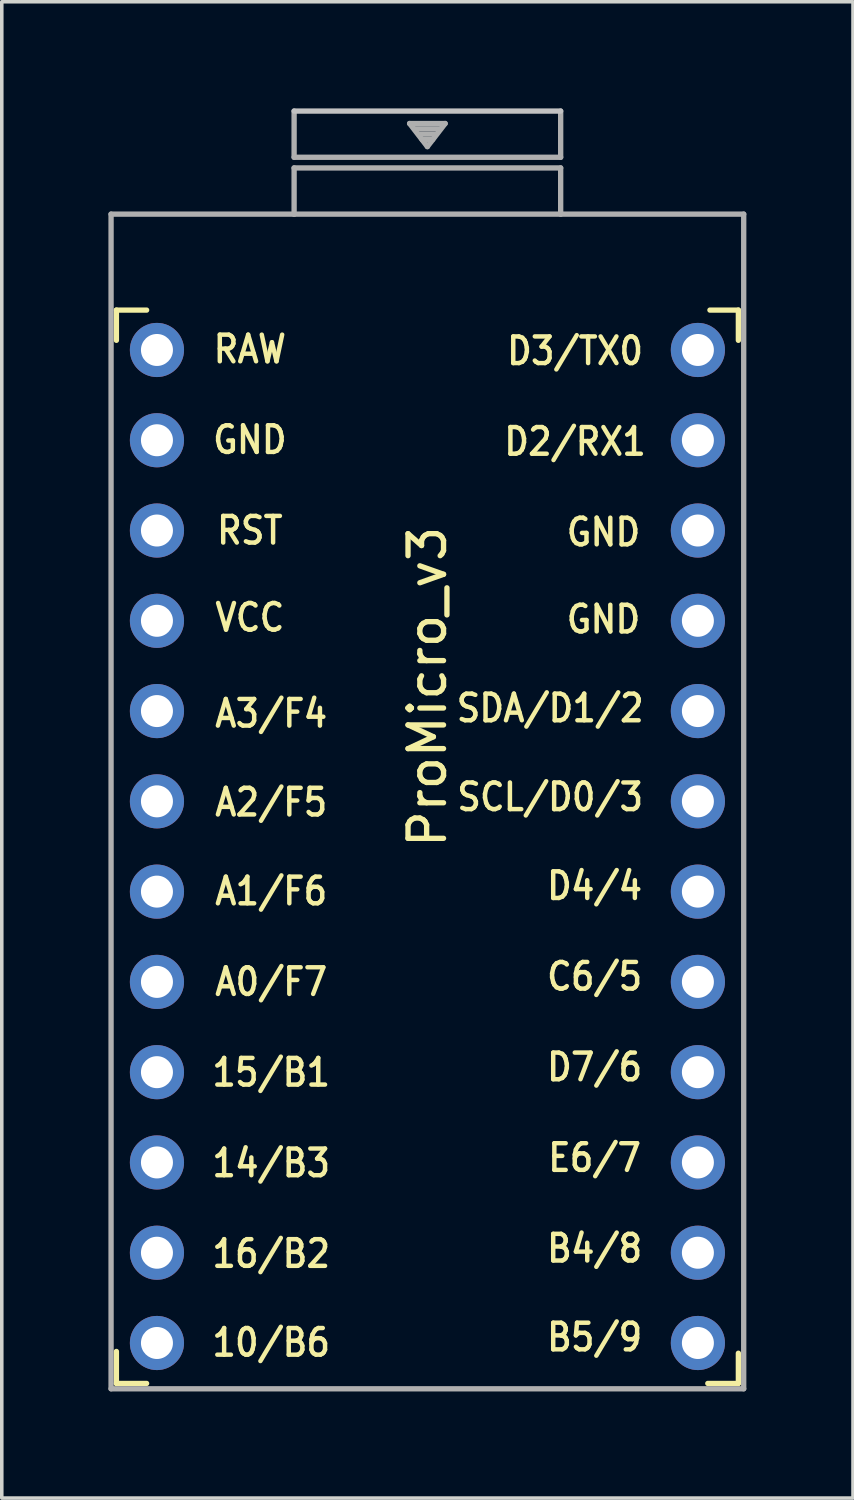
<source format=kicad_pcb>
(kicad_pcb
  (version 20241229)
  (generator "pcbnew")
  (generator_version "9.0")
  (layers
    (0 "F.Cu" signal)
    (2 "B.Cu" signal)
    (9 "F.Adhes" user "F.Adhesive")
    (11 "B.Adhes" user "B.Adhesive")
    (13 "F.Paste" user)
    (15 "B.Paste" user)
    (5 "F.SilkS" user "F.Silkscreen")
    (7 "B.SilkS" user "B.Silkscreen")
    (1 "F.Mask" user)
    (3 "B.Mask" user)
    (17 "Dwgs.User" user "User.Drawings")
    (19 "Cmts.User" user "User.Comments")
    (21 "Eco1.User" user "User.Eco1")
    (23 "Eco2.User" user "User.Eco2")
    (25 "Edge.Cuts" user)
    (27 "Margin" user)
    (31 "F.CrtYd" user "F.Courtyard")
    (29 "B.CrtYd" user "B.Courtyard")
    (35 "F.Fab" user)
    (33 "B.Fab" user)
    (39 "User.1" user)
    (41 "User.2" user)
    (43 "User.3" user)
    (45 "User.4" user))
  (footprint "ProMicro_v3"
    (layer "F.Cu")
    (at 8.975 21.275)
    (property "Reference" "ProMicro_v3" (at 0 -5 270) (layer "F.SilkS") (effects (font (size 1 1) (thickness 0.15))))
    (attr through_hole)
    (fp_line (start -8.75 -15.6) (end -8.75 -14.75) (stroke (width 0.15) (type solid)) (layer "F.SilkS"))
    (fp_line (start -8.75 -15.6) (end -7.9 -15.6) (stroke (width 0.15) (type solid)) (layer "F.SilkS"))
    (fp_line (start -8.75 13.7) (end -8.75 14.6) (stroke (width 0.15) (type solid)) (layer "F.SilkS"))
    (fp_line (start -8.75 14.6) (end -7.9 14.6) (stroke (width 0.15) (type solid)) (layer "F.SilkS"))
    (fp_line (start 8.75 -15.6) (end 7.95 -15.6) (stroke (width 0.15) (type solid)) (layer "F.SilkS"))
    (fp_line (start 8.75 -15.6) (end 8.75 -14.75) (stroke (width 0.15) (type solid)) (layer "F.SilkS"))
    (fp_line (start 8.75 13.75) (end 8.75 14.6) (stroke (width 0.15) (type solid)) (layer "F.SilkS"))
    (fp_line (start 8.75 14.6) (end 7.89 14.6) (stroke (width 0.15) (type solid)) (layer "F.SilkS"))
    (fp_line (start 3.75 -21.2) (end -3.75 -21.2) (stroke (width 0.15) (type solid)) (layer "Dwgs.User"))
    (fp_line (start -8.9 -18.3) (end -3.75 -18.3) (stroke (width 0.15) (type solid)) (layer "F.Fab"))
    (fp_line (start -8.9 14.75) (end -8.9 -18.3) (stroke (width 0.15) (type solid)) (layer "F.Fab"))
    (fp_line (start -3.75 -21.2) (end -3.75 -19.9) (stroke (width 0.15) (type solid)) (layer "F.Fab"))
    (fp_line (start -3.75 -19.9) (end 3.75 -19.9) (stroke (width 0.15) (type solid)) (layer "F.Fab"))
    (fp_line (start -3.75 -19.6) (end -3.75 -18.299) (stroke (width 0.15) (type solid)) (layer "F.Fab"))
    (fp_line (start -3.75 -19.6) (end 3.75 -19.6) (stroke (width 0.15) (type solid)) (layer "F.Fab"))
    (fp_line (start -3.75 -18.3) (end 3.75 -18.3) (stroke (width 0.15) (type solid)) (layer "F.Fab"))
    (fp_line (start -0.5 -20.85) (end 0.5 -20.85) (stroke (width 0.15) (type solid)) (layer "F.Fab"))
    (fp_line (start -0.35 -20.7) (end 0.35 -20.7) (stroke (width 0.15) (type solid)) (layer "F.Fab"))
    (fp_line (start -0.25 -20.55) (end 0.25 -20.55) (stroke (width 0.15) (type solid)) (layer "F.Fab"))
    (fp_line (start -0.15 -20.4) (end 0.15 -20.4) (stroke (width 0.15) (type solid)) (layer "F.Fab"))
    (fp_line (start 0 -20.2) (end -0.5 -20.85) (stroke (width 0.15) (type solid)) (layer "F.Fab"))
    (fp_line (start 0.5 -20.85) (end 0 -20.2) (stroke (width 0.15) (type solid)) (layer "F.Fab"))
    (fp_line (start 3.75 -19.9) (end 3.75 -21.2) (stroke (width 0.15) (type solid)) (layer "F.Fab"))
    (fp_line (start 3.75 -19.6) (end 3.75 -18.3) (stroke (width 0.15) (type solid)) (layer "F.Fab"))
    (fp_line (start 3.76 -18.3) (end 8.9 -18.3) (stroke (width 0.15) (type solid)) (layer "F.Fab"))
    (fp_line (start 8.9 -18.3) (end 8.9 14.75) (stroke (width 0.15) (type solid)) (layer "F.Fab"))
    (fp_line (start 8.9 14.75) (end -8.9 14.75) (stroke (width 0.15) (type solid)) (layer "F.Fab"))
    (fp_text user "B5/9" (at 4.705 13.3 0) (unlocked yes) (layer "F.SilkS") (effects (font (size 0.75 0.67) (thickness 0.125))))
    (fp_text user "A2/F5" (at -4.395 -1.75 0) (unlocked yes) (layer "F.SilkS") (effects (font (size 0.75 0.67) (thickness 0.125))))
    (fp_text user "C6/5" (at 4.705 3.15 0) (unlocked yes) (layer "F.SilkS") (effects (font (size 0.75 0.67) (thickness 0.125))))
    (fp_text user "D2/RX1" (at 4.155 -11.9 0) (unlocked yes) (layer "F.SilkS") (effects (font (size 0.75 0.67) (thickness 0.125))))
    (fp_text user "GND" (at -4.995 -11.95 0) (unlocked yes) (layer "F.SilkS") (effects (font (size 0.75 0.67) (thickness 0.125))))
    (fp_text user "A1/F6" (at -4.395 0.75 0) (unlocked yes) (layer "F.SilkS") (effects (font (size 0.75 0.67) (thickness 0.125))))
    (fp_text user "A3/F4" (at -4.395 -4.25 0) (unlocked yes) (layer "F.SilkS") (effects (font (size 0.75 0.67) (thickness 0.125))))
    (fp_text user "A0/F7" (at -4.395 3.3 0) (unlocked yes) (layer "F.SilkS") (effects (font (size 0.75 0.67) (thickness 0.125))))
    (fp_text user "14/B3" (at -4.395 8.4 0) (unlocked yes) (layer "F.SilkS") (effects (font (size 0.75 0.67) (thickness 0.125))))
    (fp_text user "B4/8" (at 4.705 10.8 0) (unlocked yes) (layer "F.SilkS") (effects (font (size 0.75 0.67) (thickness 0.125))))
    (fp_text user "E6/7" (at 4.705 8.25 0) (unlocked yes) (layer "F.SilkS") (effects (font (size 0.75 0.67) (thickness 0.125))))
    (fp_text user "GND" (at 4.955 -9.35 0) (unlocked yes) (layer "F.SilkS") (effects (font (size 0.75 0.67) (thickness 0.125))))
    (fp_text user "RAW" (at -4.995 -14.5 0) (unlocked yes) (layer "F.SilkS") (effects (font (size 0.75 0.67) (thickness 0.125))))
    (fp_text user "10/B6" (at -4.395 13.45 0) (unlocked yes) (layer "F.SilkS") (effects (font (size 0.75 0.67) (thickness 0.125))))
    (fp_text user "D3/TX0" (at 4.155 -14.45 0) (unlocked yes) (layer "F.SilkS") (effects (font (size 0.75 0.67) (thickness 0.125))))
    (fp_text user "VCC" (at -4.995 -6.95 0) (unlocked yes) (layer "F.SilkS") (effects (font (size 0.75 0.67) (thickness 0.125))))
    (fp_text user "D4/4" (at 4.705 0.6 0) (unlocked yes) (layer "F.SilkS") (effects (font (size 0.75 0.67) (thickness 0.125))))
    (fp_text user "SDA/D1/2" (at 3.455 -4.4 0) (unlocked yes) (layer "F.SilkS") (effects (font (size 0.75 0.67) (thickness 0.125))))
    (fp_text user "16/B2" (at -4.395 10.95 0) (unlocked yes) (layer "F.SilkS") (effects (font (size 0.75 0.67) (thickness 0.125))))
    (fp_text user "15/B1" (at -4.395 5.85 0) (unlocked yes) (layer "F.SilkS") (effects (font (size 0.75 0.67) (thickness 0.125))))
    (fp_text user "RST" (at -4.995 -9.4 0) (unlocked yes) (layer "F.SilkS") (effects (font (size 0.75 0.67) (thickness 0.125))))
    (fp_text user "GND" (at 4.955 -6.9 0) (unlocked yes) (layer "F.SilkS") (effects (font (size 0.75 0.67) (thickness 0.125))))
    (fp_text user "SCL/D0/3" (at 3.455 -1.9 0) (unlocked yes) (layer "F.SilkS") (effects (font (size 0.75 0.67) (thickness 0.125))))
    (fp_text user "D7/6" (at 4.705 5.7 0) (unlocked yes) (layer "F.SilkS") (effects (font (size 0.75 0.67) (thickness 0.125))))
    (pad "1" thru_hole circle (at 7.611 -14.478) (size 1.524 1.524) (drill 0.9) (layers "*.Cu" "*.Mask"))
    (pad "2" thru_hole circle (at 7.611 -11.938) (size 1.524 1.524) (drill 0.9) (layers "*.Cu" "*.Mask"))
    (pad "3" thru_hole circle (at 7.611 -9.398) (size 1.524 1.524) (drill 0.9) (layers "*.Cu" "*.Mask"))
    (pad "4" thru_hole circle (at 7.611 -6.858) (size 1.524 1.524) (drill 0.9) (layers "*.Cu" "*.Mask"))
    (pad "5" thru_hole circle (at 7.611 -4.318) (size 1.524 1.524) (drill 0.9) (layers "*.Cu" "*.Mask"))
    (pad "6" thru_hole circle (at 7.611 -1.778) (size 1.524 1.524) (drill 0.9) (layers "*.Cu" "*.Mask"))
    (pad "7" thru_hole circle (at 7.611 0.762) (size 1.524 1.524) (drill 0.9) (layers "*.Cu" "*.Mask"))
    (pad "8" thru_hole circle (at 7.611 3.302) (size 1.524 1.524) (drill 0.9) (layers "*.Cu" "*.Mask"))
    (pad "9" thru_hole circle (at 7.611 5.842) (size 1.524 1.524) (drill 0.9) (layers "*.Cu" "*.Mask"))
    (pad "10" thru_hole circle (at 7.611 8.382) (size 1.524 1.524) (drill 0.9) (layers "*.Cu" "*.Mask"))
    (pad "11" thru_hole circle (at 7.611 10.922) (size 1.524 1.524) (drill 0.9) (layers "*.Cu" "*.Mask"))
    (pad "12" thru_hole circle (at 7.611 13.462) (size 1.524 1.524) (drill 0.9) (layers "*.Cu" "*.Mask"))
    (pad "13" thru_hole circle (at -7.609 13.462) (size 1.524 1.524) (drill 0.9) (layers "*.Cu" "*.Mask"))
    (pad "14" thru_hole circle (at -7.609 10.922) (size 1.524 1.524) (drill 0.9) (layers "*.Cu" "*.Mask"))
    (pad "15" thru_hole circle (at -7.609 8.382) (size 1.524 1.524) (drill 0.9) (layers "*.Cu" "*.Mask"))
    (pad "16" thru_hole circle (at -7.609 5.842) (size 1.524 1.524) (drill 0.9) (layers "*.Cu" "*.Mask"))
    (pad "17" thru_hole circle (at -7.609 3.302) (size 1.524 1.524) (drill 0.9) (layers "*.Cu" "*.Mask"))
    (pad "18" thru_hole circle (at -7.609 0.762) (size 1.524 1.524) (drill 0.9) (layers "*.Cu" "*.Mask"))
    (pad "19" thru_hole circle (at -7.609 -1.778) (size 1.524 1.524) (drill 0.9) (layers "*.Cu" "*.Mask"))
    (pad "20" thru_hole circle (at -7.609 -4.318) (size 1.524 1.524) (drill 0.9) (layers "*.Cu" "*.Mask"))
    (pad "21" thru_hole circle (at -7.609 -6.858) (size 1.524 1.524) (drill 0.9) (layers "*.Cu" "*.Mask"))
    (pad "22" thru_hole circle (at -7.609 -9.398) (size 1.524 1.524) (drill 0.9) (layers "*.Cu" "*.Mask"))
    (pad "23" thru_hole circle (at -7.609 -11.938) (size 1.524 1.524) (drill 0.9) (layers "*.Cu" "*.Mask"))
    (pad "24" thru_hole circle (at -7.609 -14.478) (size 1.524 1.524) (drill 0.9) (layers "*.Cu" "*.Mask")))
  (gr_rect
    (start -3 -3)
    (end 20.95 39.1)
    (stroke (width 0.1) (type default))
    (fill no)
    (layer "Edge.Cuts")))
</source>
